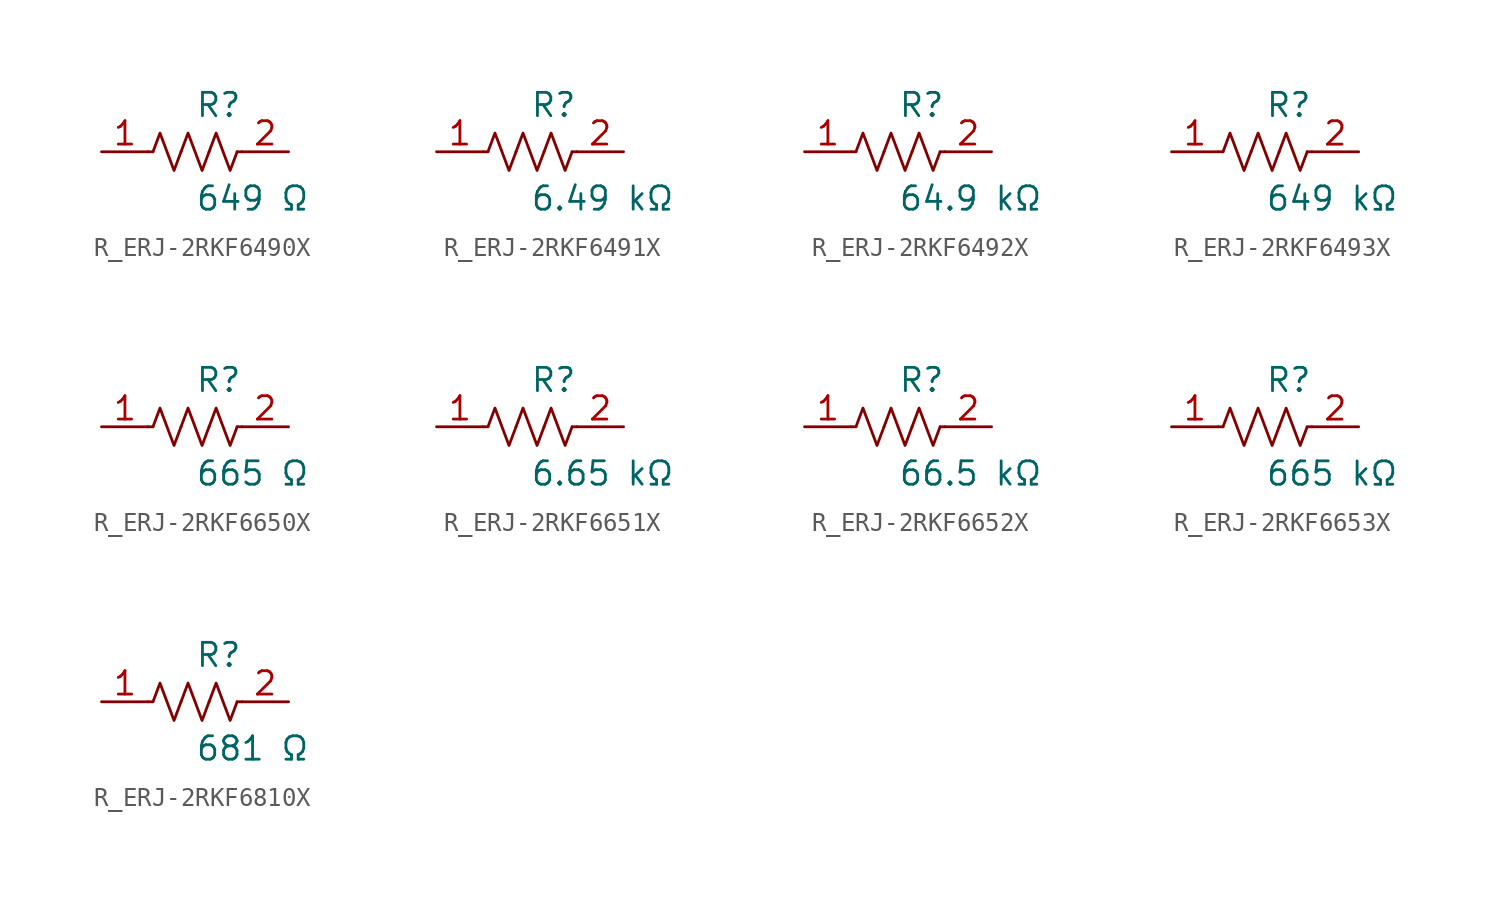
<source format=kicad_sym>
(kicad_symbol_lib
  (version 20231120)
  (generator kicad_symbol_editor)
  (generator_version 8.0)
  (symbol "R_ERJ-2RKF6490X"
    (pin_names
      (offset 0.254))
    (property "Reference" "R"
      (at 0 2.54 0)
      (effects (font (size 1.27 1.27)) (justify left)))
    (property "Value" "649 Ω"
      (at 0 -2.54 0)
      (effects (font (size 1.27 1.27)) (justify left)))
    (symbol "R_ERJ-2RKF6490X_0_1"
      (polyline (pts (xy 2.286 0) (xy 2.54 0)) (stroke (width 0) (type default)) (fill (type none)))
      (polyline (pts (xy -2.286 0) (xy -2.54 0)) (stroke (width 0) (type default)) (fill (type none)))
      (polyline (pts (xy 0.762 0) (xy 1.143 1.016) (xy 1.524 0) (xy 1.905 -1.016) (xy 2.286 0)) (stroke (width 0) (type default)) (fill (type none)))
      (polyline (pts (xy -0.762 0) (xy -0.381 1.016) (xy 0 0) (xy 0.381 -1.016) (xy 0.762 0)) (stroke (width 0) (type default)) (fill (type none)))
      (polyline (pts (xy -2.286 0) (xy -1.905 1.016) (xy -1.524 0) (xy -1.143 -1.016) (xy -0.762 0)) (stroke (width 0) (type default)) (fill (type none))))
    (pin unspecified line
      (at -5.08 0 0)
      (length 2.54)
      (name "" (effects (font (size 1.27 1.27))))
      (number "1" (effects (font (size 1.27 1.27)))))
    (pin unspecified line
      (at 5.08 0 180)
      (length 2.54)
      (name "" (effects (font (size 1.27 1.27))))
      (number "2" (effects (font (size 1.27 1.27))))))
  (symbol "R_ERJ-2RKF6491X"
    (pin_names
      (offset 0.254))
    (property "Reference" "R"
      (at 0 2.54 0)
      (effects (font (size 1.27 1.27)) (justify left)))
    (property "Value" "6.49 kΩ"
      (at 0 -2.54 0)
      (effects (font (size 1.27 1.27)) (justify left)))
    (symbol "R_ERJ-2RKF6491X_0_1"
      (polyline (pts (xy 2.286 0) (xy 2.54 0)) (stroke (width 0) (type default)) (fill (type none)))
      (polyline (pts (xy -2.286 0) (xy -2.54 0)) (stroke (width 0) (type default)) (fill (type none)))
      (polyline (pts (xy 0.762 0) (xy 1.143 1.016) (xy 1.524 0) (xy 1.905 -1.016) (xy 2.286 0)) (stroke (width 0) (type default)) (fill (type none)))
      (polyline (pts (xy -0.762 0) (xy -0.381 1.016) (xy 0 0) (xy 0.381 -1.016) (xy 0.762 0)) (stroke (width 0) (type default)) (fill (type none)))
      (polyline (pts (xy -2.286 0) (xy -1.905 1.016) (xy -1.524 0) (xy -1.143 -1.016) (xy -0.762 0)) (stroke (width 0) (type default)) (fill (type none))))
    (pin unspecified line
      (at -5.08 0 0)
      (length 2.54)
      (name "" (effects (font (size 1.27 1.27))))
      (number "1" (effects (font (size 1.27 1.27)))))
    (pin unspecified line
      (at 5.08 0 180)
      (length 2.54)
      (name "" (effects (font (size 1.27 1.27))))
      (number "2" (effects (font (size 1.27 1.27))))))
  (symbol "R_ERJ-2RKF6492X"
    (pin_names
      (offset 0.254))
    (property "Reference" "R"
      (at 0 2.54 0)
      (effects (font (size 1.27 1.27)) (justify left)))
    (property "Value" "64.9 kΩ"
      (at 0 -2.54 0)
      (effects (font (size 1.27 1.27)) (justify left)))
    (symbol "R_ERJ-2RKF6492X_0_1"
      (polyline (pts (xy 2.286 0) (xy 2.54 0)) (stroke (width 0) (type default)) (fill (type none)))
      (polyline (pts (xy -2.286 0) (xy -2.54 0)) (stroke (width 0) (type default)) (fill (type none)))
      (polyline (pts (xy 0.762 0) (xy 1.143 1.016) (xy 1.524 0) (xy 1.905 -1.016) (xy 2.286 0)) (stroke (width 0) (type default)) (fill (type none)))
      (polyline (pts (xy -0.762 0) (xy -0.381 1.016) (xy 0 0) (xy 0.381 -1.016) (xy 0.762 0)) (stroke (width 0) (type default)) (fill (type none)))
      (polyline (pts (xy -2.286 0) (xy -1.905 1.016) (xy -1.524 0) (xy -1.143 -1.016) (xy -0.762 0)) (stroke (width 0) (type default)) (fill (type none))))
    (pin unspecified line
      (at -5.08 0 0)
      (length 2.54)
      (name "" (effects (font (size 1.27 1.27))))
      (number "1" (effects (font (size 1.27 1.27)))))
    (pin unspecified line
      (at 5.08 0 180)
      (length 2.54)
      (name "" (effects (font (size 1.27 1.27))))
      (number "2" (effects (font (size 1.27 1.27))))))
  (symbol "R_ERJ-2RKF6493X"
    (pin_names
      (offset 0.254))
    (property "Reference" "R"
      (at 0 2.54 0)
      (effects (font (size 1.27 1.27)) (justify left)))
    (property "Value" "649 kΩ"
      (at 0 -2.54 0)
      (effects (font (size 1.27 1.27)) (justify left)))
    (symbol "R_ERJ-2RKF6493X_0_1"
      (polyline (pts (xy 2.286 0) (xy 2.54 0)) (stroke (width 0) (type default)) (fill (type none)))
      (polyline (pts (xy -2.286 0) (xy -2.54 0)) (stroke (width 0) (type default)) (fill (type none)))
      (polyline (pts (xy 0.762 0) (xy 1.143 1.016) (xy 1.524 0) (xy 1.905 -1.016) (xy 2.286 0)) (stroke (width 0) (type default)) (fill (type none)))
      (polyline (pts (xy -0.762 0) (xy -0.381 1.016) (xy 0 0) (xy 0.381 -1.016) (xy 0.762 0)) (stroke (width 0) (type default)) (fill (type none)))
      (polyline (pts (xy -2.286 0) (xy -1.905 1.016) (xy -1.524 0) (xy -1.143 -1.016) (xy -0.762 0)) (stroke (width 0) (type default)) (fill (type none))))
    (pin unspecified line
      (at -5.08 0 0)
      (length 2.54)
      (name "" (effects (font (size 1.27 1.27))))
      (number "1" (effects (font (size 1.27 1.27)))))
    (pin unspecified line
      (at 5.08 0 180)
      (length 2.54)
      (name "" (effects (font (size 1.27 1.27))))
      (number "2" (effects (font (size 1.27 1.27))))))
  (symbol "R_ERJ-2RKF6650X"
    (pin_names
      (offset 0.254))
    (property "Reference" "R"
      (at 0 2.54 0)
      (effects (font (size 1.27 1.27)) (justify left)))
    (property "Value" "665 Ω"
      (at 0 -2.54 0)
      (effects (font (size 1.27 1.27)) (justify left)))
    (symbol "R_ERJ-2RKF6650X_0_1"
      (polyline (pts (xy 2.286 0) (xy 2.54 0)) (stroke (width 0) (type default)) (fill (type none)))
      (polyline (pts (xy -2.286 0) (xy -2.54 0)) (stroke (width 0) (type default)) (fill (type none)))
      (polyline (pts (xy 0.762 0) (xy 1.143 1.016) (xy 1.524 0) (xy 1.905 -1.016) (xy 2.286 0)) (stroke (width 0) (type default)) (fill (type none)))
      (polyline (pts (xy -0.762 0) (xy -0.381 1.016) (xy 0 0) (xy 0.381 -1.016) (xy 0.762 0)) (stroke (width 0) (type default)) (fill (type none)))
      (polyline (pts (xy -2.286 0) (xy -1.905 1.016) (xy -1.524 0) (xy -1.143 -1.016) (xy -0.762 0)) (stroke (width 0) (type default)) (fill (type none))))
    (pin unspecified line
      (at -5.08 0 0)
      (length 2.54)
      (name "" (effects (font (size 1.27 1.27))))
      (number "1" (effects (font (size 1.27 1.27)))))
    (pin unspecified line
      (at 5.08 0 180)
      (length 2.54)
      (name "" (effects (font (size 1.27 1.27))))
      (number "2" (effects (font (size 1.27 1.27))))))
  (symbol "R_ERJ-2RKF6651X"
    (pin_names
      (offset 0.254))
    (property "Reference" "R"
      (at 0 2.54 0)
      (effects (font (size 1.27 1.27)) (justify left)))
    (property "Value" "6.65 kΩ"
      (at 0 -2.54 0)
      (effects (font (size 1.27 1.27)) (justify left)))
    (symbol "R_ERJ-2RKF6651X_0_1"
      (polyline (pts (xy 2.286 0) (xy 2.54 0)) (stroke (width 0) (type default)) (fill (type none)))
      (polyline (pts (xy -2.286 0) (xy -2.54 0)) (stroke (width 0) (type default)) (fill (type none)))
      (polyline (pts (xy 0.762 0) (xy 1.143 1.016) (xy 1.524 0) (xy 1.905 -1.016) (xy 2.286 0)) (stroke (width 0) (type default)) (fill (type none)))
      (polyline (pts (xy -0.762 0) (xy -0.381 1.016) (xy 0 0) (xy 0.381 -1.016) (xy 0.762 0)) (stroke (width 0) (type default)) (fill (type none)))
      (polyline (pts (xy -2.286 0) (xy -1.905 1.016) (xy -1.524 0) (xy -1.143 -1.016) (xy -0.762 0)) (stroke (width 0) (type default)) (fill (type none))))
    (pin unspecified line
      (at -5.08 0 0)
      (length 2.54)
      (name "" (effects (font (size 1.27 1.27))))
      (number "1" (effects (font (size 1.27 1.27)))))
    (pin unspecified line
      (at 5.08 0 180)
      (length 2.54)
      (name "" (effects (font (size 1.27 1.27))))
      (number "2" (effects (font (size 1.27 1.27))))))
  (symbol "R_ERJ-2RKF6652X"
    (pin_names
      (offset 0.254))
    (property "Reference" "R"
      (at 0 2.54 0)
      (effects (font (size 1.27 1.27)) (justify left)))
    (property "Value" "66.5 kΩ"
      (at 0 -2.54 0)
      (effects (font (size 1.27 1.27)) (justify left)))
    (symbol "R_ERJ-2RKF6652X_0_1"
      (polyline (pts (xy 2.286 0) (xy 2.54 0)) (stroke (width 0) (type default)) (fill (type none)))
      (polyline (pts (xy -2.286 0) (xy -2.54 0)) (stroke (width 0) (type default)) (fill (type none)))
      (polyline (pts (xy 0.762 0) (xy 1.143 1.016) (xy 1.524 0) (xy 1.905 -1.016) (xy 2.286 0)) (stroke (width 0) (type default)) (fill (type none)))
      (polyline (pts (xy -0.762 0) (xy -0.381 1.016) (xy 0 0) (xy 0.381 -1.016) (xy 0.762 0)) (stroke (width 0) (type default)) (fill (type none)))
      (polyline (pts (xy -2.286 0) (xy -1.905 1.016) (xy -1.524 0) (xy -1.143 -1.016) (xy -0.762 0)) (stroke (width 0) (type default)) (fill (type none))))
    (pin unspecified line
      (at -5.08 0 0)
      (length 2.54)
      (name "" (effects (font (size 1.27 1.27))))
      (number "1" (effects (font (size 1.27 1.27)))))
    (pin unspecified line
      (at 5.08 0 180)
      (length 2.54)
      (name "" (effects (font (size 1.27 1.27))))
      (number "2" (effects (font (size 1.27 1.27))))))
  (symbol "R_ERJ-2RKF6653X"
    (pin_names
      (offset 0.254))
    (property "Reference" "R"
      (at 0 2.54 0)
      (effects (font (size 1.27 1.27)) (justify left)))
    (property "Value" "665 kΩ"
      (at 0 -2.54 0)
      (effects (font (size 1.27 1.27)) (justify left)))
    (symbol "R_ERJ-2RKF6653X_0_1"
      (polyline (pts (xy 2.286 0) (xy 2.54 0)) (stroke (width 0) (type default)) (fill (type none)))
      (polyline (pts (xy -2.286 0) (xy -2.54 0)) (stroke (width 0) (type default)) (fill (type none)))
      (polyline (pts (xy 0.762 0) (xy 1.143 1.016) (xy 1.524 0) (xy 1.905 -1.016) (xy 2.286 0)) (stroke (width 0) (type default)) (fill (type none)))
      (polyline (pts (xy -0.762 0) (xy -0.381 1.016) (xy 0 0) (xy 0.381 -1.016) (xy 0.762 0)) (stroke (width 0) (type default)) (fill (type none)))
      (polyline (pts (xy -2.286 0) (xy -1.905 1.016) (xy -1.524 0) (xy -1.143 -1.016) (xy -0.762 0)) (stroke (width 0) (type default)) (fill (type none))))
    (pin unspecified line
      (at -5.08 0 0)
      (length 2.54)
      (name "" (effects (font (size 1.27 1.27))))
      (number "1" (effects (font (size 1.27 1.27)))))
    (pin unspecified line
      (at 5.08 0 180)
      (length 2.54)
      (name "" (effects (font (size 1.27 1.27))))
      (number "2" (effects (font (size 1.27 1.27))))))
  (symbol "R_ERJ-2RKF6810X"
    (pin_names
      (offset 0.254))
    (property "Reference" "R"
      (at 0 2.54 0)
      (effects (font (size 1.27 1.27)) (justify left)))
    (property "Value" "681 Ω"
      (at 0 -2.54 0)
      (effects (font (size 1.27 1.27)) (justify left)))
    (symbol "R_ERJ-2RKF6810X_0_1"
      (polyline (pts (xy 2.286 0) (xy 2.54 0)) (stroke (width 0) (type default)) (fill (type none)))
      (polyline (pts (xy -2.286 0) (xy -2.54 0)) (stroke (width 0) (type default)) (fill (type none)))
      (polyline (pts (xy 0.762 0) (xy 1.143 1.016) (xy 1.524 0) (xy 1.905 -1.016) (xy 2.286 0)) (stroke (width 0) (type default)) (fill (type none)))
      (polyline (pts (xy -0.762 0) (xy -0.381 1.016) (xy 0 0) (xy 0.381 -1.016) (xy 0.762 0)) (stroke (width 0) (type default)) (fill (type none)))
      (polyline (pts (xy -2.286 0) (xy -1.905 1.016) (xy -1.524 0) (xy -1.143 -1.016) (xy -0.762 0)) (stroke (width 0) (type default)) (fill (type none))))
    (pin unspecified line
      (at -5.08 0 0)
      (length 2.54)
      (name "" (effects (font (size 1.27 1.27))))
      (number "1" (effects (font (size 1.27 1.27)))))
    (pin unspecified line
      (at 5.08 0 180)
      (length 2.54)
      (name "" (effects (font (size 1.27 1.27))))
      (number "2" (effects (font (size 1.27 1.27)))))))
</source>
